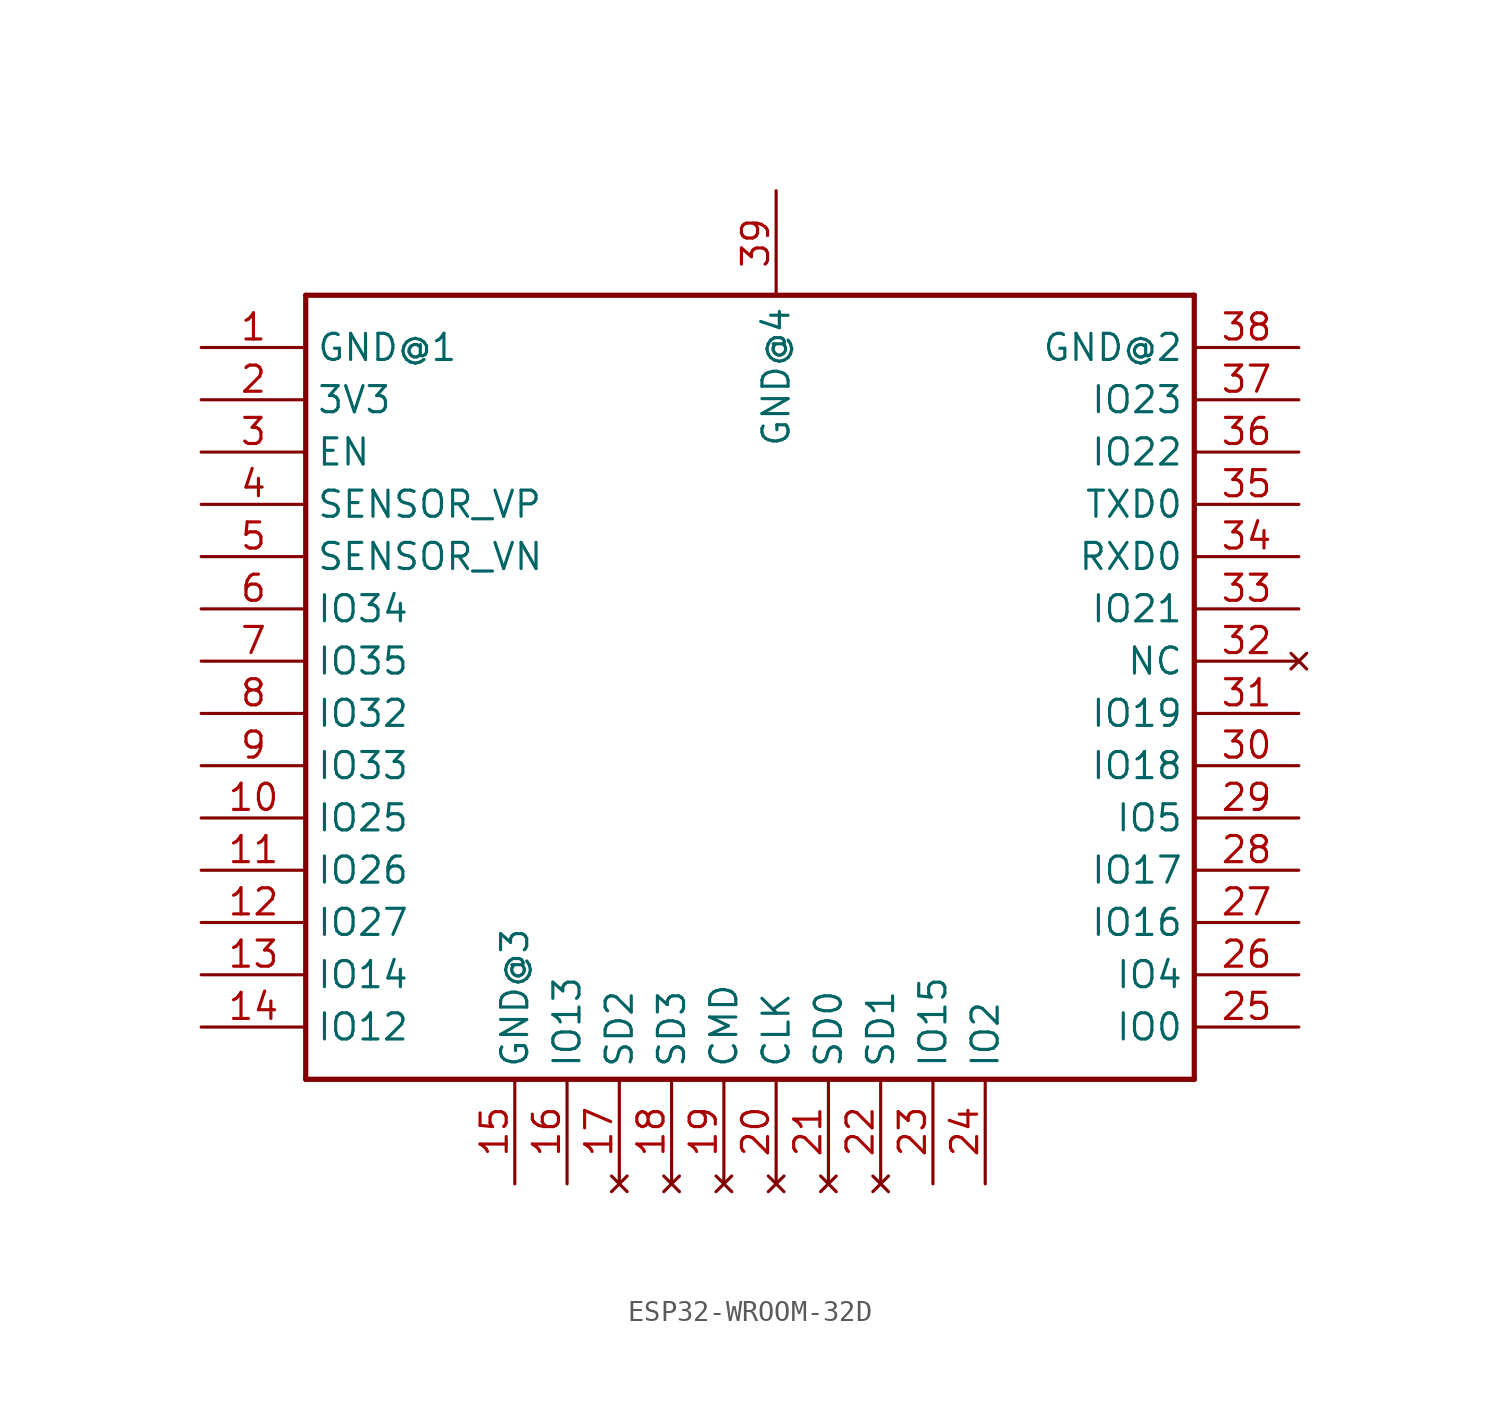
<source format=kicad_sym>
(kicad_symbol_lib
  (version 20231120)
  (generator "kicad_symbol_editor")
  (generator_version "8.0")
  (symbol "ESP32-WROOM-32D"
    (property "Reference" ""
      (at 0 0 0)
      (effects (font (size 1.27 1.27)) (hide yes)))
    (property "ki_locked" ""
      (at 0 0 0)
      (effects (font (size 1.27 1.27))))
    (symbol "ESP32-WROOM-32D_1_0"
      (polyline (pts (xy -15.24 -22.86) (xy 27.94 -22.86)) (stroke (width 0.254) (type solid)) (fill (type none)))
      (polyline (pts (xy -15.24 15.24) (xy -15.24 -22.86)) (stroke (width 0.254) (type solid)) (fill (type none)))
      (polyline (pts (xy 27.94 -22.86) (xy 27.94 15.24)) (stroke (width 0.254) (type solid)) (fill (type none)))
      (polyline (pts (xy 27.94 15.24) (xy -15.24 15.24)) (stroke (width 0.254) (type solid)) (fill (type none)))
      (pin passive line (at -20.32 12.7 0) (length 5.08) (name "GND@1" (effects (font (size 1.27 1.27)))) (number "1" (effects (font (size 1.27 1.27)))))
      (pin passive line (at -20.32 -10.16 0) (length 5.08) (name "IO25" (effects (font (size 1.27 1.27)))) (number "10" (effects (font (size 1.27 1.27)))))
      (pin passive line (at -20.32 -12.7 0) (length 5.08) (name "IO26" (effects (font (size 1.27 1.27)))) (number "11" (effects (font (size 1.27 1.27)))))
      (pin bidirectional line (at -20.32 -15.24 0) (length 5.08) (name "IO27" (effects (font (size 1.27 1.27)))) (number "12" (effects (font (size 1.27 1.27)))))
      (pin bidirectional line (at -20.32 -17.78 0) (length 5.08) (name "IO14" (effects (font (size 1.27 1.27)))) (number "13" (effects (font (size 1.27 1.27)))))
      (pin bidirectional line (at -20.32 -20.32 0) (length 5.08) (name "IO12" (effects (font (size 1.27 1.27)))) (number "14" (effects (font (size 1.27 1.27)))))
      (pin passive line (at -5.08 -27.94 90) (length 5.08) (name "GND@3" (effects (font (size 1.27 1.27)))) (number "15" (effects (font (size 1.27 1.27)))))
      (pin passive line (at -2.54 -27.94 90) (length 5.08) (name "IO13" (effects (font (size 1.27 1.27)))) (number "16" (effects (font (size 1.27 1.27)))))
      (pin no_connect line (at 0 -27.94 90) (length 5.08) (name "SD2" (effects (font (size 1.27 1.27)))) (number "17" (effects (font (size 1.27 1.27)))))
      (pin no_connect line (at 2.54 -27.94 90) (length 5.08) (name "SD3" (effects (font (size 1.27 1.27)))) (number "18" (effects (font (size 1.27 1.27)))))
      (pin no_connect line (at 5.08 -27.94 90) (length 5.08) (name "CMD" (effects (font (size 1.27 1.27)))) (number "19" (effects (font (size 1.27 1.27)))))
      (pin passive line (at -20.32 10.16 0) (length 5.08) (name "3V3" (effects (font (size 1.27 1.27)))) (number "2" (effects (font (size 1.27 1.27)))))
      (pin no_connect line (at 7.62 -27.94 90) (length 5.08) (name "CLK" (effects (font (size 1.27 1.27)))) (number "20" (effects (font (size 1.27 1.27)))))
      (pin no_connect line (at 10.16 -27.94 90) (length 5.08) (name "SD0" (effects (font (size 1.27 1.27)))) (number "21" (effects (font (size 1.27 1.27)))))
      (pin no_connect line (at 12.7 -27.94 90) (length 5.08) (name "SD1" (effects (font (size 1.27 1.27)))) (number "22" (effects (font (size 1.27 1.27)))))
      (pin passive line (at 15.24 -27.94 90) (length 5.08) (name "IO15" (effects (font (size 1.27 1.27)))) (number "23" (effects (font (size 1.27 1.27)))))
      (pin passive line (at 17.78 -27.94 90) (length 5.08) (name "IO2" (effects (font (size 1.27 1.27)))) (number "24" (effects (font (size 1.27 1.27)))))
      (pin bidirectional line (at 33.02 -20.32 180) (length 5.08) (name "IO0" (effects (font (size 1.27 1.27)))) (number "25" (effects (font (size 1.27 1.27)))))
      (pin bidirectional line (at 33.02 -17.78 180) (length 5.08) (name "IO4" (effects (font (size 1.27 1.27)))) (number "26" (effects (font (size 1.27 1.27)))))
      (pin bidirectional line (at 33.02 -15.24 180) (length 5.08) (name "IO16" (effects (font (size 1.27 1.27)))) (number "27" (effects (font (size 1.27 1.27)))))
      (pin passive line (at 33.02 -12.7 180) (length 5.08) (name "IO17" (effects (font (size 1.27 1.27)))) (number "28" (effects (font (size 1.27 1.27)))))
      (pin passive line (at 33.02 -10.16 180) (length 5.08) (name "IO5" (effects (font (size 1.27 1.27)))) (number "29" (effects (font (size 1.27 1.27)))))
      (pin passive line (at -20.32 7.62 0) (length 5.08) (name "EN" (effects (font (size 1.27 1.27)))) (number "3" (effects (font (size 1.27 1.27)))))
      (pin passive line (at 33.02 -7.62 180) (length 5.08) (name "IO18" (effects (font (size 1.27 1.27)))) (number "30" (effects (font (size 1.27 1.27)))))
      (pin passive line (at 33.02 -5.08 180) (length 5.08) (name "IO19" (effects (font (size 1.27 1.27)))) (number "31" (effects (font (size 1.27 1.27)))))
      (pin no_connect line (at 33.02 -2.54 180) (length 5.08) (name "NC" (effects (font (size 1.27 1.27)))) (number "32" (effects (font (size 1.27 1.27)))))
      (pin passive line (at 33.02 0 180) (length 5.08) (name "IO21" (effects (font (size 1.27 1.27)))) (number "33" (effects (font (size 1.27 1.27)))))
      (pin passive line (at 33.02 2.54 180) (length 5.08) (name "RXD0" (effects (font (size 1.27 1.27)))) (number "34" (effects (font (size 1.27 1.27)))))
      (pin passive line (at 33.02 5.08 180) (length 5.08) (name "TXD0" (effects (font (size 1.27 1.27)))) (number "35" (effects (font (size 1.27 1.27)))))
      (pin passive line (at 33.02 7.62 180) (length 5.08) (name "IO22" (effects (font (size 1.27 1.27)))) (number "36" (effects (font (size 1.27 1.27)))))
      (pin passive line (at 33.02 10.16 180) (length 5.08) (name "IO23" (effects (font (size 1.27 1.27)))) (number "37" (effects (font (size 1.27 1.27)))))
      (pin passive line (at 33.02 12.7 180) (length 5.08) (name "GND@2" (effects (font (size 1.27 1.27)))) (number "38" (effects (font (size 1.27 1.27)))))
      (pin passive line (at 7.62 20.32 270) (length 5.08) (name "GND@4" (effects (font (size 1.27 1.27)))) (number "39" (effects (font (size 1.27 1.27)))))
      (pin passive line (at -20.32 5.08 0) (length 5.08) (name "SENSOR_VP" (effects (font (size 1.27 1.27)))) (number "4" (effects (font (size 1.27 1.27)))))
      (pin passive line (at -20.32 2.54 0) (length 5.08) (name "SENSOR_VN" (effects (font (size 1.27 1.27)))) (number "5" (effects (font (size 1.27 1.27)))))
      (pin passive line (at -20.32 0 0) (length 5.08) (name "IO34" (effects (font (size 1.27 1.27)))) (number "6" (effects (font (size 1.27 1.27)))))
      (pin passive line (at -20.32 -2.54 0) (length 5.08) (name "IO35" (effects (font (size 1.27 1.27)))) (number "7" (effects (font (size 1.27 1.27)))))
      (pin passive line (at -20.32 -5.08 0) (length 5.08) (name "IO32" (effects (font (size 1.27 1.27)))) (number "8" (effects (font (size 1.27 1.27)))))
      (pin passive line (at -20.32 -7.62 0) (length 5.08) (name "IO33" (effects (font (size 1.27 1.27)))) (number "9" (effects (font (size 1.27 1.27))))))))
</source>
